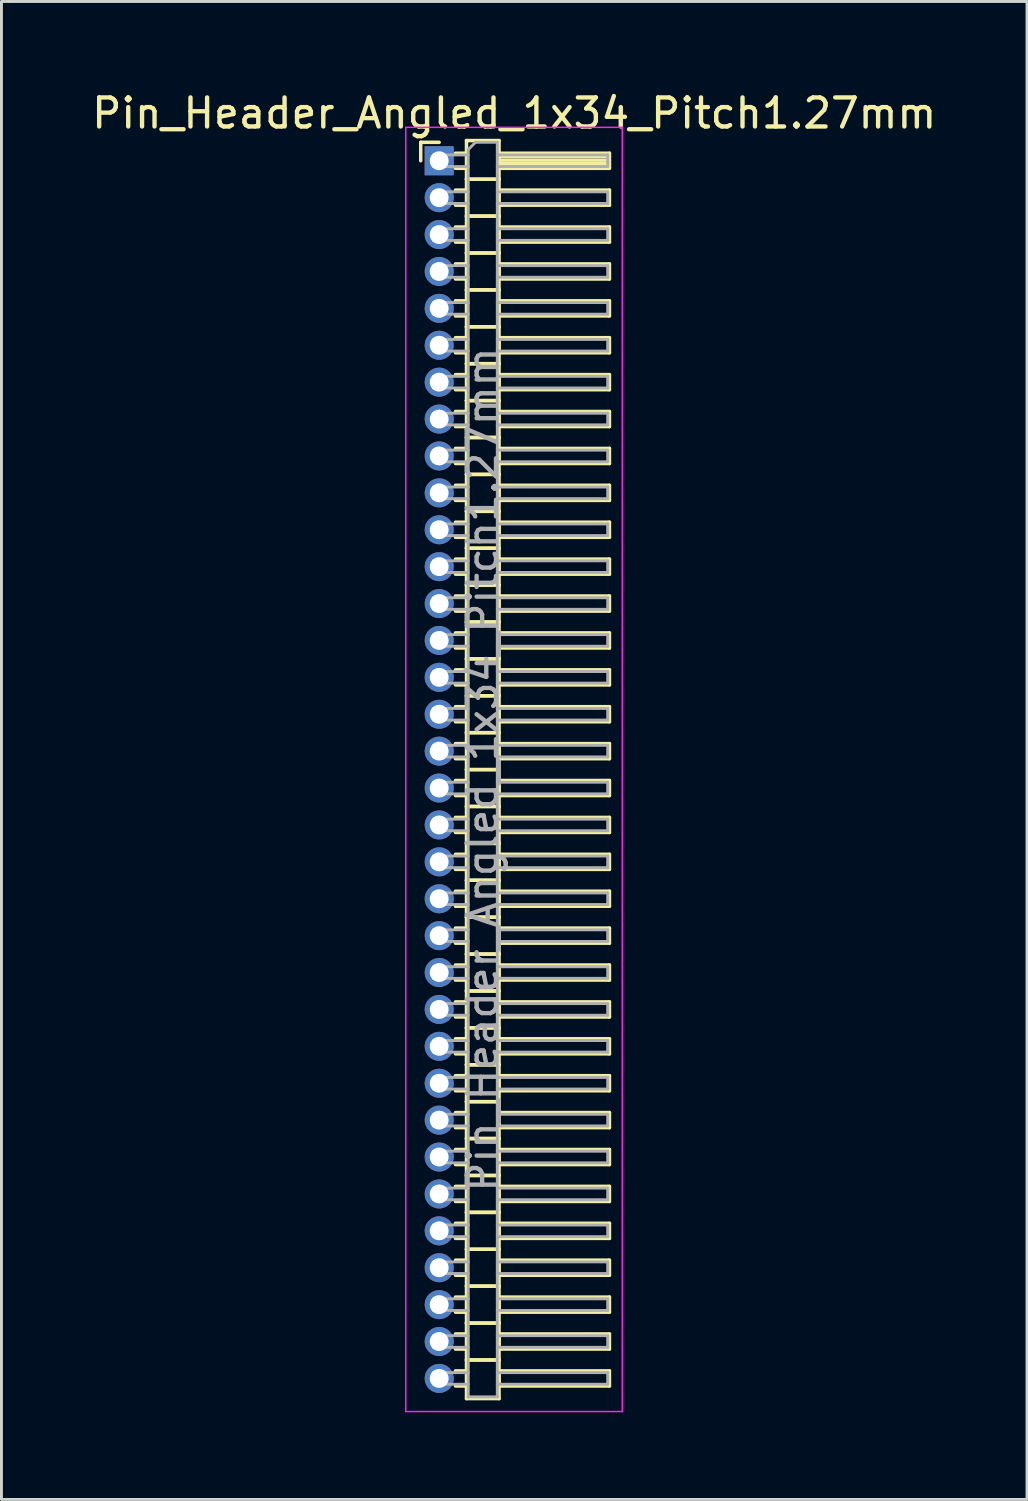
<source format=kicad_pcb>
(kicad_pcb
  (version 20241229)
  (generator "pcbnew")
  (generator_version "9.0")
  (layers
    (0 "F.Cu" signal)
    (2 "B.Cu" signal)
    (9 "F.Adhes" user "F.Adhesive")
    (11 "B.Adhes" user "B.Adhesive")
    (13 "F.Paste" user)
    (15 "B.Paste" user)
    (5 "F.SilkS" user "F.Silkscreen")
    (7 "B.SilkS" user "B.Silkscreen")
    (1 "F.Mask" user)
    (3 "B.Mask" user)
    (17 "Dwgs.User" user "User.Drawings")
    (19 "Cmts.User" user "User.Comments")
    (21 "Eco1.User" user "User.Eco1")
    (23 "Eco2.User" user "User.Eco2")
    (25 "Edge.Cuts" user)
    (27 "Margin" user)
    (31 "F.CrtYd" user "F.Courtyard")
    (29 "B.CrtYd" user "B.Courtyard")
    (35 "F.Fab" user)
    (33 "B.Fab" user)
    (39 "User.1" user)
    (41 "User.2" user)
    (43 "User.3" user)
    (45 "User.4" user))
  (footprint "Pin_Header_Angled_1x34_Pitch1.27mm"
    (layer "F.Cu")
    (at 12.066 2.483)
    (property "Reference" "Pin_Header_Angled_1x34_Pitch1.27mm" (at 2.583 -1.635 0) (layer "F.SilkS") (effects (font (size 1 1) (thickness 0.15))))
    (attr through_hole)
    (fp_line (start -0.635 -0.635) (end 0 -0.635) (stroke (width 0.12) (type solid)) (layer "F.SilkS"))
    (fp_line (start -0.635 0) (end -0.635 -0.635) (stroke (width 0.12) (type solid)) (layer "F.SilkS"))
    (fp_line (start 0.56 -0.26) (end 0.94 -0.26) (stroke (width 0.12) (type solid)) (layer "F.SilkS"))
    (fp_line (start 0.56 0.26) (end 0.94 0.26) (stroke (width 0.12) (type solid)) (layer "F.SilkS"))
    (fp_line (start 0.56 1.01) (end 0.94 1.01) (stroke (width 0.12) (type solid)) (layer "F.SilkS"))
    (fp_line (start 0.56 1.53) (end 0.94 1.53) (stroke (width 0.12) (type solid)) (layer "F.SilkS"))
    (fp_line (start 0.56 2.28) (end 0.94 2.28) (stroke (width 0.12) (type solid)) (layer "F.SilkS"))
    (fp_line (start 0.56 2.8) (end 0.94 2.8) (stroke (width 0.12) (type solid)) (layer "F.SilkS"))
    (fp_line (start 0.56 3.55) (end 0.94 3.55) (stroke (width 0.12) (type solid)) (layer "F.SilkS"))
    (fp_line (start 0.56 4.07) (end 0.94 4.07) (stroke (width 0.12) (type solid)) (layer "F.SilkS"))
    (fp_line (start 0.56 4.82) (end 0.94 4.82) (stroke (width 0.12) (type solid)) (layer "F.SilkS"))
    (fp_line (start 0.56 5.34) (end 0.94 5.34) (stroke (width 0.12) (type solid)) (layer "F.SilkS"))
    (fp_line (start 0.56 6.09) (end 0.94 6.09) (stroke (width 0.12) (type solid)) (layer "F.SilkS"))
    (fp_line (start 0.56 6.61) (end 0.94 6.61) (stroke (width 0.12) (type solid)) (layer "F.SilkS"))
    (fp_line (start 0.56 7.36) (end 0.94 7.36) (stroke (width 0.12) (type solid)) (layer "F.SilkS"))
    (fp_line (start 0.56 7.88) (end 0.94 7.88) (stroke (width 0.12) (type solid)) (layer "F.SilkS"))
    (fp_line (start 0.56 8.63) (end 0.94 8.63) (stroke (width 0.12) (type solid)) (layer "F.SilkS"))
    (fp_line (start 0.56 9.15) (end 0.94 9.15) (stroke (width 0.12) (type solid)) (layer "F.SilkS"))
    (fp_line (start 0.56 9.9) (end 0.94 9.9) (stroke (width 0.12) (type solid)) (layer "F.SilkS"))
    (fp_line (start 0.56 10.42) (end 0.94 10.42) (stroke (width 0.12) (type solid)) (layer "F.SilkS"))
    (fp_line (start 0.56 11.17) (end 0.94 11.17) (stroke (width 0.12) (type solid)) (layer "F.SilkS"))
    (fp_line (start 0.56 11.69) (end 0.94 11.69) (stroke (width 0.12) (type solid)) (layer "F.SilkS"))
    (fp_line (start 0.56 12.44) (end 0.94 12.44) (stroke (width 0.12) (type solid)) (layer "F.SilkS"))
    (fp_line (start 0.56 12.96) (end 0.94 12.96) (stroke (width 0.12) (type solid)) (layer "F.SilkS"))
    (fp_line (start 0.56 13.71) (end 0.94 13.71) (stroke (width 0.12) (type solid)) (layer "F.SilkS"))
    (fp_line (start 0.56 14.23) (end 0.94 14.23) (stroke (width 0.12) (type solid)) (layer "F.SilkS"))
    (fp_line (start 0.56 14.98) (end 0.94 14.98) (stroke (width 0.12) (type solid)) (layer "F.SilkS"))
    (fp_line (start 0.56 15.5) (end 0.94 15.5) (stroke (width 0.12) (type solid)) (layer "F.SilkS"))
    (fp_line (start 0.56 16.25) (end 0.94 16.25) (stroke (width 0.12) (type solid)) (layer "F.SilkS"))
    (fp_line (start 0.56 16.77) (end 0.94 16.77) (stroke (width 0.12) (type solid)) (layer "F.SilkS"))
    (fp_line (start 0.56 17.52) (end 0.94 17.52) (stroke (width 0.12) (type solid)) (layer "F.SilkS"))
    (fp_line (start 0.56 18.04) (end 0.94 18.04) (stroke (width 0.12) (type solid)) (layer "F.SilkS"))
    (fp_line (start 0.56 18.79) (end 0.94 18.79) (stroke (width 0.12) (type solid)) (layer "F.SilkS"))
    (fp_line (start 0.56 19.31) (end 0.94 19.31) (stroke (width 0.12) (type solid)) (layer "F.SilkS"))
    (fp_line (start 0.56 20.06) (end 0.94 20.06) (stroke (width 0.12) (type solid)) (layer "F.SilkS"))
    (fp_line (start 0.56 20.58) (end 0.94 20.58) (stroke (width 0.12) (type solid)) (layer "F.SilkS"))
    (fp_line (start 0.56 21.33) (end 0.94 21.33) (stroke (width 0.12) (type solid)) (layer "F.SilkS"))
    (fp_line (start 0.56 21.85) (end 0.94 21.85) (stroke (width 0.12) (type solid)) (layer "F.SilkS"))
    (fp_line (start 0.56 22.6) (end 0.94 22.6) (stroke (width 0.12) (type solid)) (layer "F.SilkS"))
    (fp_line (start 0.56 23.12) (end 0.94 23.12) (stroke (width 0.12) (type solid)) (layer "F.SilkS"))
    (fp_line (start 0.56 23.87) (end 0.94 23.87) (stroke (width 0.12) (type solid)) (layer "F.SilkS"))
    (fp_line (start 0.56 24.39) (end 0.94 24.39) (stroke (width 0.12) (type solid)) (layer "F.SilkS"))
    (fp_line (start 0.56 25.14) (end 0.94 25.14) (stroke (width 0.12) (type solid)) (layer "F.SilkS"))
    (fp_line (start 0.56 25.66) (end 0.94 25.66) (stroke (width 0.12) (type solid)) (layer "F.SilkS"))
    (fp_line (start 0.56 26.41) (end 0.94 26.41) (stroke (width 0.12) (type solid)) (layer "F.SilkS"))
    (fp_line (start 0.56 26.93) (end 0.94 26.93) (stroke (width 0.12) (type solid)) (layer "F.SilkS"))
    (fp_line (start 0.56 27.68) (end 0.94 27.68) (stroke (width 0.12) (type solid)) (layer "F.SilkS"))
    (fp_line (start 0.56 28.2) (end 0.94 28.2) (stroke (width 0.12) (type solid)) (layer "F.SilkS"))
    (fp_line (start 0.56 28.95) (end 0.94 28.95) (stroke (width 0.12) (type solid)) (layer "F.SilkS"))
    (fp_line (start 0.56 29.47) (end 0.94 29.47) (stroke (width 0.12) (type solid)) (layer "F.SilkS"))
    (fp_line (start 0.56 30.22) (end 0.94 30.22) (stroke (width 0.12) (type solid)) (layer "F.SilkS"))
    (fp_line (start 0.56 30.74) (end 0.94 30.74) (stroke (width 0.12) (type solid)) (layer "F.SilkS"))
    (fp_line (start 0.56 31.49) (end 0.94 31.49) (stroke (width 0.12) (type solid)) (layer "F.SilkS"))
    (fp_line (start 0.56 32.01) (end 0.94 32.01) (stroke (width 0.12) (type solid)) (layer "F.SilkS"))
    (fp_line (start 0.56 32.76) (end 0.94 32.76) (stroke (width 0.12) (type solid)) (layer "F.SilkS"))
    (fp_line (start 0.56 33.28) (end 0.94 33.28) (stroke (width 0.12) (type solid)) (layer "F.SilkS"))
    (fp_line (start 0.56 34.03) (end 0.94 34.03) (stroke (width 0.12) (type solid)) (layer "F.SilkS"))
    (fp_line (start 0.56 34.55) (end 0.94 34.55) (stroke (width 0.12) (type solid)) (layer "F.SilkS"))
    (fp_line (start 0.56 35.3) (end 0.94 35.3) (stroke (width 0.12) (type solid)) (layer "F.SilkS"))
    (fp_line (start 0.56 35.82) (end 0.94 35.82) (stroke (width 0.12) (type solid)) (layer "F.SilkS"))
    (fp_line (start 0.56 36.57) (end 0.94 36.57) (stroke (width 0.12) (type solid)) (layer "F.SilkS"))
    (fp_line (start 0.56 37.09) (end 0.94 37.09) (stroke (width 0.12) (type solid)) (layer "F.SilkS"))
    (fp_line (start 0.56 37.84) (end 0.94 37.84) (stroke (width 0.12) (type solid)) (layer "F.SilkS"))
    (fp_line (start 0.56 38.36) (end 0.94 38.36) (stroke (width 0.12) (type solid)) (layer "F.SilkS"))
    (fp_line (start 0.56 39.11) (end 0.94 39.11) (stroke (width 0.12) (type solid)) (layer "F.SilkS"))
    (fp_line (start 0.56 39.63) (end 0.94 39.63) (stroke (width 0.12) (type solid)) (layer "F.SilkS"))
    (fp_line (start 0.56 40.38) (end 0.94 40.38) (stroke (width 0.12) (type solid)) (layer "F.SilkS"))
    (fp_line (start 0.56 40.9) (end 0.94 40.9) (stroke (width 0.12) (type solid)) (layer "F.SilkS"))
    (fp_line (start 0.56 41.65) (end 0.94 41.65) (stroke (width 0.12) (type solid)) (layer "F.SilkS"))
    (fp_line (start 0.56 42.17) (end 0.94 42.17) (stroke (width 0.12) (type solid)) (layer "F.SilkS"))
    (fp_line (start 0.94 -0.695) (end 0.94 0.635) (stroke (width 0.12) (type solid)) (layer "F.SilkS"))
    (fp_line (start 0.94 0.635) (end 0.94 1.905) (stroke (width 0.12) (type solid)) (layer "F.SilkS"))
    (fp_line (start 0.94 0.635) (end 2.06 0.635) (stroke (width 0.12) (type solid)) (layer "F.SilkS"))
    (fp_line (start 0.94 1.905) (end 0.94 3.175) (stroke (width 0.12) (type solid)) (layer "F.SilkS"))
    (fp_line (start 0.94 1.905) (end 2.06 1.905) (stroke (width 0.12) (type solid)) (layer "F.SilkS"))
    (fp_line (start 0.94 3.175) (end 0.94 4.445) (stroke (width 0.12) (type solid)) (layer "F.SilkS"))
    (fp_line (start 0.94 3.175) (end 2.06 3.175) (stroke (width 0.12) (type solid)) (layer "F.SilkS"))
    (fp_line (start 0.94 4.445) (end 0.94 5.715) (stroke (width 0.12) (type solid)) (layer "F.SilkS"))
    (fp_line (start 0.94 4.445) (end 2.06 4.445) (stroke (width 0.12) (type solid)) (layer "F.SilkS"))
    (fp_line (start 0.94 5.715) (end 0.94 6.985) (stroke (width 0.12) (type solid)) (layer "F.SilkS"))
    (fp_line (start 0.94 5.715) (end 2.06 5.715) (stroke (width 0.12) (type solid)) (layer "F.SilkS"))
    (fp_line (start 0.94 6.985) (end 0.94 8.255) (stroke (width 0.12) (type solid)) (layer "F.SilkS"))
    (fp_line (start 0.94 6.985) (end 2.06 6.985) (stroke (width 0.12) (type solid)) (layer "F.SilkS"))
    (fp_line (start 0.94 8.255) (end 0.94 9.525) (stroke (width 0.12) (type solid)) (layer "F.SilkS"))
    (fp_line (start 0.94 8.255) (end 2.06 8.255) (stroke (width 0.12) (type solid)) (layer "F.SilkS"))
    (fp_line (start 0.94 9.525) (end 0.94 10.795) (stroke (width 0.12) (type solid)) (layer "F.SilkS"))
    (fp_line (start 0.94 9.525) (end 2.06 9.525) (stroke (width 0.12) (type solid)) (layer "F.SilkS"))
    (fp_line (start 0.94 10.795) (end 0.94 12.065) (stroke (width 0.12) (type solid)) (layer "F.SilkS"))
    (fp_line (start 0.94 10.795) (end 2.06 10.795) (stroke (width 0.12) (type solid)) (layer "F.SilkS"))
    (fp_line (start 0.94 12.065) (end 0.94 13.335) (stroke (width 0.12) (type solid)) (layer "F.SilkS"))
    (fp_line (start 0.94 12.065) (end 2.06 12.065) (stroke (width 0.12) (type solid)) (layer "F.SilkS"))
    (fp_line (start 0.94 13.335) (end 0.94 14.605) (stroke (width 0.12) (type solid)) (layer "F.SilkS"))
    (fp_line (start 0.94 13.335) (end 2.06 13.335) (stroke (width 0.12) (type solid)) (layer "F.SilkS"))
    (fp_line (start 0.94 14.605) (end 0.94 15.875) (stroke (width 0.12) (type solid)) (layer "F.SilkS"))
    (fp_line (start 0.94 14.605) (end 2.06 14.605) (stroke (width 0.12) (type solid)) (layer "F.SilkS"))
    (fp_line (start 0.94 15.875) (end 0.94 17.145) (stroke (width 0.12) (type solid)) (layer "F.SilkS"))
    (fp_line (start 0.94 15.875) (end 2.06 15.875) (stroke (width 0.12) (type solid)) (layer "F.SilkS"))
    (fp_line (start 0.94 17.145) (end 0.94 18.415) (stroke (width 0.12) (type solid)) (layer "F.SilkS"))
    (fp_line (start 0.94 17.145) (end 2.06 17.145) (stroke (width 0.12) (type solid)) (layer "F.SilkS"))
    (fp_line (start 0.94 18.415) (end 0.94 19.685) (stroke (width 0.12) (type solid)) (layer "F.SilkS"))
    (fp_line (start 0.94 18.415) (end 2.06 18.415) (stroke (width 0.12) (type solid)) (layer "F.SilkS"))
    (fp_line (start 0.94 19.685) (end 0.94 20.955) (stroke (width 0.12) (type solid)) (layer "F.SilkS"))
    (fp_line (start 0.94 19.685) (end 2.06 19.685) (stroke (width 0.12) (type solid)) (layer "F.SilkS"))
    (fp_line (start 0.94 20.955) (end 0.94 22.225) (stroke (width 0.12) (type solid)) (layer "F.SilkS"))
    (fp_line (start 0.94 20.955) (end 2.06 20.955) (stroke (width 0.12) (type solid)) (layer "F.SilkS"))
    (fp_line (start 0.94 22.225) (end 0.94 23.495) (stroke (width 0.12) (type solid)) (layer "F.SilkS"))
    (fp_line (start 0.94 22.225) (end 2.06 22.225) (stroke (width 0.12) (type solid)) (layer "F.SilkS"))
    (fp_line (start 0.94 23.495) (end 0.94 24.765) (stroke (width 0.12) (type solid)) (layer "F.SilkS"))
    (fp_line (start 0.94 23.495) (end 2.06 23.495) (stroke (width 0.12) (type solid)) (layer "F.SilkS"))
    (fp_line (start 0.94 24.765) (end 0.94 26.035) (stroke (width 0.12) (type solid)) (layer "F.SilkS"))
    (fp_line (start 0.94 24.765) (end 2.06 24.765) (stroke (width 0.12) (type solid)) (layer "F.SilkS"))
    (fp_line (start 0.94 26.035) (end 0.94 27.305) (stroke (width 0.12) (type solid)) (layer "F.SilkS"))
    (fp_line (start 0.94 26.035) (end 2.06 26.035) (stroke (width 0.12) (type solid)) (layer "F.SilkS"))
    (fp_line (start 0.94 27.305) (end 0.94 28.575) (stroke (width 0.12) (type solid)) (layer "F.SilkS"))
    (fp_line (start 0.94 27.305) (end 2.06 27.305) (stroke (width 0.12) (type solid)) (layer "F.SilkS"))
    (fp_line (start 0.94 28.575) (end 0.94 29.845) (stroke (width 0.12) (type solid)) (layer "F.SilkS"))
    (fp_line (start 0.94 28.575) (end 2.06 28.575) (stroke (width 0.12) (type solid)) (layer "F.SilkS"))
    (fp_line (start 0.94 29.845) (end 0.94 31.115) (stroke (width 0.12) (type solid)) (layer "F.SilkS"))
    (fp_line (start 0.94 29.845) (end 2.06 29.845) (stroke (width 0.12) (type solid)) (layer "F.SilkS"))
    (fp_line (start 0.94 31.115) (end 0.94 32.385) (stroke (width 0.12) (type solid)) (layer "F.SilkS"))
    (fp_line (start 0.94 31.115) (end 2.06 31.115) (stroke (width 0.12) (type solid)) (layer "F.SilkS"))
    (fp_line (start 0.94 32.385) (end 0.94 33.655) (stroke (width 0.12) (type solid)) (layer "F.SilkS"))
    (fp_line (start 0.94 32.385) (end 2.06 32.385) (stroke (width 0.12) (type solid)) (layer "F.SilkS"))
    (fp_line (start 0.94 33.655) (end 0.94 34.925) (stroke (width 0.12) (type solid)) (layer "F.SilkS"))
    (fp_line (start 0.94 33.655) (end 2.06 33.655) (stroke (width 0.12) (type solid)) (layer "F.SilkS"))
    (fp_line (start 0.94 34.925) (end 0.94 36.195) (stroke (width 0.12) (type solid)) (layer "F.SilkS"))
    (fp_line (start 0.94 34.925) (end 2.06 34.925) (stroke (width 0.12) (type solid)) (layer "F.SilkS"))
    (fp_line (start 0.94 36.195) (end 0.94 37.465) (stroke (width 0.12) (type solid)) (layer "F.SilkS"))
    (fp_line (start 0.94 36.195) (end 2.06 36.195) (stroke (width 0.12) (type solid)) (layer "F.SilkS"))
    (fp_line (start 0.94 37.465) (end 0.94 38.735) (stroke (width 0.12) (type solid)) (layer "F.SilkS"))
    (fp_line (start 0.94 37.465) (end 2.06 37.465) (stroke (width 0.12) (type solid)) (layer "F.SilkS"))
    (fp_line (start 0.94 38.735) (end 0.94 40.005) (stroke (width 0.12) (type solid)) (layer "F.SilkS"))
    (fp_line (start 0.94 38.735) (end 2.06 38.735) (stroke (width 0.12) (type solid)) (layer "F.SilkS"))
    (fp_line (start 0.94 40.005) (end 0.94 41.275) (stroke (width 0.12) (type solid)) (layer "F.SilkS"))
    (fp_line (start 0.94 40.005) (end 2.06 40.005) (stroke (width 0.12) (type solid)) (layer "F.SilkS"))
    (fp_line (start 0.94 41.275) (end 0.94 42.605) (stroke (width 0.12) (type solid)) (layer "F.SilkS"))
    (fp_line (start 0.94 41.275) (end 2.06 41.275) (stroke (width 0.12) (type solid)) (layer "F.SilkS"))
    (fp_line (start 0.94 42.605) (end 2.06 42.605) (stroke (width 0.12) (type solid)) (layer "F.SilkS"))
    (fp_line (start 2.06 -0.695) (end 0.94 -0.695) (stroke (width 0.12) (type solid)) (layer "F.SilkS"))
    (fp_line (start 2.06 -0.26) (end 2.06 0.26) (stroke (width 0.12) (type solid)) (layer "F.SilkS"))
    (fp_line (start 2.06 -0.14) (end 5.86 -0.14) (stroke (width 0.12) (type solid)) (layer "F.SilkS"))
    (fp_line (start 2.06 -0.02) (end 5.86 -0.02) (stroke (width 0.12) (type solid)) (layer "F.SilkS"))
    (fp_line (start 2.06 0.1) (end 5.86 0.1) (stroke (width 0.12) (type solid)) (layer "F.SilkS"))
    (fp_line (start 2.06 0.22) (end 5.86 0.22) (stroke (width 0.12) (type solid)) (layer "F.SilkS"))
    (fp_line (start 2.06 0.26) (end 5.86 0.26) (stroke (width 0.12) (type solid)) (layer "F.SilkS"))
    (fp_line (start 2.06 0.635) (end 0.94 0.635) (stroke (width 0.12) (type solid)) (layer "F.SilkS"))
    (fp_line (start 2.06 0.635) (end 2.06 -0.695) (stroke (width 0.12) (type solid)) (layer "F.SilkS"))
    (fp_line (start 2.06 1.01) (end 2.06 1.53) (stroke (width 0.12) (type solid)) (layer "F.SilkS"))
    (fp_line (start 2.06 1.53) (end 5.86 1.53) (stroke (width 0.12) (type solid)) (layer "F.SilkS"))
    (fp_line (start 2.06 1.905) (end 0.94 1.905) (stroke (width 0.12) (type solid)) (layer "F.SilkS"))
    (fp_line (start 2.06 1.905) (end 2.06 0.635) (stroke (width 0.12) (type solid)) (layer "F.SilkS"))
    (fp_line (start 2.06 2.28) (end 2.06 2.8) (stroke (width 0.12) (type solid)) (layer "F.SilkS"))
    (fp_line (start 2.06 2.8) (end 5.86 2.8) (stroke (width 0.12) (type solid)) (layer "F.SilkS"))
    (fp_line (start 2.06 3.175) (end 0.94 3.175) (stroke (width 0.12) (type solid)) (layer "F.SilkS"))
    (fp_line (start 2.06 3.175) (end 2.06 1.905) (stroke (width 0.12) (type solid)) (layer "F.SilkS"))
    (fp_line (start 2.06 3.55) (end 2.06 4.07) (stroke (width 0.12) (type solid)) (layer "F.SilkS"))
    (fp_line (start 2.06 4.07) (end 5.86 4.07) (stroke (width 0.12) (type solid)) (layer "F.SilkS"))
    (fp_line (start 2.06 4.445) (end 0.94 4.445) (stroke (width 0.12) (type solid)) (layer "F.SilkS"))
    (fp_line (start 2.06 4.445) (end 2.06 3.175) (stroke (width 0.12) (type solid)) (layer "F.SilkS"))
    (fp_line (start 2.06 4.82) (end 2.06 5.34) (stroke (width 0.12) (type solid)) (layer "F.SilkS"))
    (fp_line (start 2.06 5.34) (end 5.86 5.34) (stroke (width 0.12) (type solid)) (layer "F.SilkS"))
    (fp_line (start 2.06 5.715) (end 0.94 5.715) (stroke (width 0.12) (type solid)) (layer "F.SilkS"))
    (fp_line (start 2.06 5.715) (end 2.06 4.445) (stroke (width 0.12) (type solid)) (layer "F.SilkS"))
    (fp_line (start 2.06 6.09) (end 2.06 6.61) (stroke (width 0.12) (type solid)) (layer "F.SilkS"))
    (fp_line (start 2.06 6.61) (end 5.86 6.61) (stroke (width 0.12) (type solid)) (layer "F.SilkS"))
    (fp_line (start 2.06 6.985) (end 0.94 6.985) (stroke (width 0.12) (type solid)) (layer "F.SilkS"))
    (fp_line (start 2.06 6.985) (end 2.06 5.715) (stroke (width 0.12) (type solid)) (layer "F.SilkS"))
    (fp_line (start 2.06 7.36) (end 2.06 7.88) (stroke (width 0.12) (type solid)) (layer "F.SilkS"))
    (fp_line (start 2.06 7.88) (end 5.86 7.88) (stroke (width 0.12) (type solid)) (layer "F.SilkS"))
    (fp_line (start 2.06 8.255) (end 0.94 8.255) (stroke (width 0.12) (type solid)) (layer "F.SilkS"))
    (fp_line (start 2.06 8.255) (end 2.06 6.985) (stroke (width 0.12) (type solid)) (layer "F.SilkS"))
    (fp_line (start 2.06 8.63) (end 2.06 9.15) (stroke (width 0.12) (type solid)) (layer "F.SilkS"))
    (fp_line (start 2.06 9.15) (end 5.86 9.15) (stroke (width 0.12) (type solid)) (layer "F.SilkS"))
    (fp_line (start 2.06 9.525) (end 0.94 9.525) (stroke (width 0.12) (type solid)) (layer "F.SilkS"))
    (fp_line (start 2.06 9.525) (end 2.06 8.255) (stroke (width 0.12) (type solid)) (layer "F.SilkS"))
    (fp_line (start 2.06 9.9) (end 2.06 10.42) (stroke (width 0.12) (type solid)) (layer "F.SilkS"))
    (fp_line (start 2.06 10.42) (end 5.86 10.42) (stroke (width 0.12) (type solid)) (layer "F.SilkS"))
    (fp_line (start 2.06 10.795) (end 0.94 10.795) (stroke (width 0.12) (type solid)) (layer "F.SilkS"))
    (fp_line (start 2.06 10.795) (end 2.06 9.525) (stroke (width 0.12) (type solid)) (layer "F.SilkS"))
    (fp_line (start 2.06 11.17) (end 2.06 11.69) (stroke (width 0.12) (type solid)) (layer "F.SilkS"))
    (fp_line (start 2.06 11.69) (end 5.86 11.69) (stroke (width 0.12) (type solid)) (layer "F.SilkS"))
    (fp_line (start 2.06 12.065) (end 0.94 12.065) (stroke (width 0.12) (type solid)) (layer "F.SilkS"))
    (fp_line (start 2.06 12.065) (end 2.06 10.795) (stroke (width 0.12) (type solid)) (layer "F.SilkS"))
    (fp_line (start 2.06 12.44) (end 2.06 12.96) (stroke (width 0.12) (type solid)) (layer "F.SilkS"))
    (fp_line (start 2.06 12.96) (end 5.86 12.96) (stroke (width 0.12) (type solid)) (layer "F.SilkS"))
    (fp_line (start 2.06 13.335) (end 0.94 13.335) (stroke (width 0.12) (type solid)) (layer "F.SilkS"))
    (fp_line (start 2.06 13.335) (end 2.06 12.065) (stroke (width 0.12) (type solid)) (layer "F.SilkS"))
    (fp_line (start 2.06 13.71) (end 2.06 14.23) (stroke (width 0.12) (type solid)) (layer "F.SilkS"))
    (fp_line (start 2.06 14.23) (end 5.86 14.23) (stroke (width 0.12) (type solid)) (layer "F.SilkS"))
    (fp_line (start 2.06 14.605) (end 0.94 14.605) (stroke (width 0.12) (type solid)) (layer "F.SilkS"))
    (fp_line (start 2.06 14.605) (end 2.06 13.335) (stroke (width 0.12) (type solid)) (layer "F.SilkS"))
    (fp_line (start 2.06 14.98) (end 2.06 15.5) (stroke (width 0.12) (type solid)) (layer "F.SilkS"))
    (fp_line (start 2.06 15.5) (end 5.86 15.5) (stroke (width 0.12) (type solid)) (layer "F.SilkS"))
    (fp_line (start 2.06 15.875) (end 0.94 15.875) (stroke (width 0.12) (type solid)) (layer "F.SilkS"))
    (fp_line (start 2.06 15.875) (end 2.06 14.605) (stroke (width 0.12) (type solid)) (layer "F.SilkS"))
    (fp_line (start 2.06 16.25) (end 2.06 16.77) (stroke (width 0.12) (type solid)) (layer "F.SilkS"))
    (fp_line (start 2.06 16.77) (end 5.86 16.77) (stroke (width 0.12) (type solid)) (layer "F.SilkS"))
    (fp_line (start 2.06 17.145) (end 0.94 17.145) (stroke (width 0.12) (type solid)) (layer "F.SilkS"))
    (fp_line (start 2.06 17.145) (end 2.06 15.875) (stroke (width 0.12) (type solid)) (layer "F.SilkS"))
    (fp_line (start 2.06 17.52) (end 2.06 18.04) (stroke (width 0.12) (type solid)) (layer "F.SilkS"))
    (fp_line (start 2.06 18.04) (end 5.86 18.04) (stroke (width 0.12) (type solid)) (layer "F.SilkS"))
    (fp_line (start 2.06 18.415) (end 0.94 18.415) (stroke (width 0.12) (type solid)) (layer "F.SilkS"))
    (fp_line (start 2.06 18.415) (end 2.06 17.145) (stroke (width 0.12) (type solid)) (layer "F.SilkS"))
    (fp_line (start 2.06 18.79) (end 2.06 19.31) (stroke (width 0.12) (type solid)) (layer "F.SilkS"))
    (fp_line (start 2.06 19.31) (end 5.86 19.31) (stroke (width 0.12) (type solid)) (layer "F.SilkS"))
    (fp_line (start 2.06 19.685) (end 0.94 19.685) (stroke (width 0.12) (type solid)) (layer "F.SilkS"))
    (fp_line (start 2.06 19.685) (end 2.06 18.415) (stroke (width 0.12) (type solid)) (layer "F.SilkS"))
    (fp_line (start 2.06 20.06) (end 2.06 20.58) (stroke (width 0.12) (type solid)) (layer "F.SilkS"))
    (fp_line (start 2.06 20.58) (end 5.86 20.58) (stroke (width 0.12) (type solid)) (layer "F.SilkS"))
    (fp_line (start 2.06 20.955) (end 0.94 20.955) (stroke (width 0.12) (type solid)) (layer "F.SilkS"))
    (fp_line (start 2.06 20.955) (end 2.06 19.685) (stroke (width 0.12) (type solid)) (layer "F.SilkS"))
    (fp_line (start 2.06 21.33) (end 2.06 21.85) (stroke (width 0.12) (type solid)) (layer "F.SilkS"))
    (fp_line (start 2.06 21.85) (end 5.86 21.85) (stroke (width 0.12) (type solid)) (layer "F.SilkS"))
    (fp_line (start 2.06 22.225) (end 0.94 22.225) (stroke (width 0.12) (type solid)) (layer "F.SilkS"))
    (fp_line (start 2.06 22.225) (end 2.06 20.955) (stroke (width 0.12) (type solid)) (layer "F.SilkS"))
    (fp_line (start 2.06 22.6) (end 2.06 23.12) (stroke (width 0.12) (type solid)) (layer "F.SilkS"))
    (fp_line (start 2.06 23.12) (end 5.86 23.12) (stroke (width 0.12) (type solid)) (layer "F.SilkS"))
    (fp_line (start 2.06 23.495) (end 0.94 23.495) (stroke (width 0.12) (type solid)) (layer "F.SilkS"))
    (fp_line (start 2.06 23.495) (end 2.06 22.225) (stroke (width 0.12) (type solid)) (layer "F.SilkS"))
    (fp_line (start 2.06 23.87) (end 2.06 24.39) (stroke (width 0.12) (type solid)) (layer "F.SilkS"))
    (fp_line (start 2.06 24.39) (end 5.86 24.39) (stroke (width 0.12) (type solid)) (layer "F.SilkS"))
    (fp_line (start 2.06 24.765) (end 0.94 24.765) (stroke (width 0.12) (type solid)) (layer "F.SilkS"))
    (fp_line (start 2.06 24.765) (end 2.06 23.495) (stroke (width 0.12) (type solid)) (layer "F.SilkS"))
    (fp_line (start 2.06 25.14) (end 2.06 25.66) (stroke (width 0.12) (type solid)) (layer "F.SilkS"))
    (fp_line (start 2.06 25.66) (end 5.86 25.66) (stroke (width 0.12) (type solid)) (layer "F.SilkS"))
    (fp_line (start 2.06 26.035) (end 0.94 26.035) (stroke (width 0.12) (type solid)) (layer "F.SilkS"))
    (fp_line (start 2.06 26.035) (end 2.06 24.765) (stroke (width 0.12) (type solid)) (layer "F.SilkS"))
    (fp_line (start 2.06 26.41) (end 2.06 26.93) (stroke (width 0.12) (type solid)) (layer "F.SilkS"))
    (fp_line (start 2.06 26.93) (end 5.86 26.93) (stroke (width 0.12) (type solid)) (layer "F.SilkS"))
    (fp_line (start 2.06 27.305) (end 0.94 27.305) (stroke (width 0.12) (type solid)) (layer "F.SilkS"))
    (fp_line (start 2.06 27.305) (end 2.06 26.035) (stroke (width 0.12) (type solid)) (layer "F.SilkS"))
    (fp_line (start 2.06 27.68) (end 2.06 28.2) (stroke (width 0.12) (type solid)) (layer "F.SilkS"))
    (fp_line (start 2.06 28.2) (end 5.86 28.2) (stroke (width 0.12) (type solid)) (layer "F.SilkS"))
    (fp_line (start 2.06 28.575) (end 0.94 28.575) (stroke (width 0.12) (type solid)) (layer "F.SilkS"))
    (fp_line (start 2.06 28.575) (end 2.06 27.305) (stroke (width 0.12) (type solid)) (layer "F.SilkS"))
    (fp_line (start 2.06 28.95) (end 2.06 29.47) (stroke (width 0.12) (type solid)) (layer "F.SilkS"))
    (fp_line (start 2.06 29.47) (end 5.86 29.47) (stroke (width 0.12) (type solid)) (layer "F.SilkS"))
    (fp_line (start 2.06 29.845) (end 0.94 29.845) (stroke (width 0.12) (type solid)) (layer "F.SilkS"))
    (fp_line (start 2.06 29.845) (end 2.06 28.575) (stroke (width 0.12) (type solid)) (layer "F.SilkS"))
    (fp_line (start 2.06 30.22) (end 2.06 30.74) (stroke (width 0.12) (type solid)) (layer "F.SilkS"))
    (fp_line (start 2.06 30.74) (end 5.86 30.74) (stroke (width 0.12) (type solid)) (layer "F.SilkS"))
    (fp_line (start 2.06 31.115) (end 0.94 31.115) (stroke (width 0.12) (type solid)) (layer "F.SilkS"))
    (fp_line (start 2.06 31.115) (end 2.06 29.845) (stroke (width 0.12) (type solid)) (layer "F.SilkS"))
    (fp_line (start 2.06 31.49) (end 2.06 32.01) (stroke (width 0.12) (type solid)) (layer "F.SilkS"))
    (fp_line (start 2.06 32.01) (end 5.86 32.01) (stroke (width 0.12) (type solid)) (layer "F.SilkS"))
    (fp_line (start 2.06 32.385) (end 0.94 32.385) (stroke (width 0.12) (type solid)) (layer "F.SilkS"))
    (fp_line (start 2.06 32.385) (end 2.06 31.115) (stroke (width 0.12) (type solid)) (layer "F.SilkS"))
    (fp_line (start 2.06 32.76) (end 2.06 33.28) (stroke (width 0.12) (type solid)) (layer "F.SilkS"))
    (fp_line (start 2.06 33.28) (end 5.86 33.28) (stroke (width 0.12) (type solid)) (layer "F.SilkS"))
    (fp_line (start 2.06 33.655) (end 0.94 33.655) (stroke (width 0.12) (type solid)) (layer "F.SilkS"))
    (fp_line (start 2.06 33.655) (end 2.06 32.385) (stroke (width 0.12) (type solid)) (layer "F.SilkS"))
    (fp_line (start 2.06 34.03) (end 2.06 34.55) (stroke (width 0.12) (type solid)) (layer "F.SilkS"))
    (fp_line (start 2.06 34.55) (end 5.86 34.55) (stroke (width 0.12) (type solid)) (layer "F.SilkS"))
    (fp_line (start 2.06 34.925) (end 0.94 34.925) (stroke (width 0.12) (type solid)) (layer "F.SilkS"))
    (fp_line (start 2.06 34.925) (end 2.06 33.655) (stroke (width 0.12) (type solid)) (layer "F.SilkS"))
    (fp_line (start 2.06 35.3) (end 2.06 35.82) (stroke (width 0.12) (type solid)) (layer "F.SilkS"))
    (fp_line (start 2.06 35.82) (end 5.86 35.82) (stroke (width 0.12) (type solid)) (layer "F.SilkS"))
    (fp_line (start 2.06 36.195) (end 0.94 36.195) (stroke (width 0.12) (type solid)) (layer "F.SilkS"))
    (fp_line (start 2.06 36.195) (end 2.06 34.925) (stroke (width 0.12) (type solid)) (layer "F.SilkS"))
    (fp_line (start 2.06 36.57) (end 2.06 37.09) (stroke (width 0.12) (type solid)) (layer "F.SilkS"))
    (fp_line (start 2.06 37.09) (end 5.86 37.09) (stroke (width 0.12) (type solid)) (layer "F.SilkS"))
    (fp_line (start 2.06 37.465) (end 0.94 37.465) (stroke (width 0.12) (type solid)) (layer "F.SilkS"))
    (fp_line (start 2.06 37.465) (end 2.06 36.195) (stroke (width 0.12) (type solid)) (layer "F.SilkS"))
    (fp_line (start 2.06 37.84) (end 2.06 38.36) (stroke (width 0.12) (type solid)) (layer "F.SilkS"))
    (fp_line (start 2.06 38.36) (end 5.86 38.36) (stroke (width 0.12) (type solid)) (layer "F.SilkS"))
    (fp_line (start 2.06 38.735) (end 0.94 38.735) (stroke (width 0.12) (type solid)) (layer "F.SilkS"))
    (fp_line (start 2.06 38.735) (end 2.06 37.465) (stroke (width 0.12) (type solid)) (layer "F.SilkS"))
    (fp_line (start 2.06 39.11) (end 2.06 39.63) (stroke (width 0.12) (type solid)) (layer "F.SilkS"))
    (fp_line (start 2.06 39.63) (end 5.86 39.63) (stroke (width 0.12) (type solid)) (layer "F.SilkS"))
    (fp_line (start 2.06 40.005) (end 0.94 40.005) (stroke (width 0.12) (type solid)) (layer "F.SilkS"))
    (fp_line (start 2.06 40.005) (end 2.06 38.735) (stroke (width 0.12) (type solid)) (layer "F.SilkS"))
    (fp_line (start 2.06 40.38) (end 2.06 40.9) (stroke (width 0.12) (type solid)) (layer "F.SilkS"))
    (fp_line (start 2.06 40.9) (end 5.86 40.9) (stroke (width 0.12) (type solid)) (layer "F.SilkS"))
    (fp_line (start 2.06 41.275) (end 0.94 41.275) (stroke (width 0.12) (type solid)) (layer "F.SilkS"))
    (fp_line (start 2.06 41.275) (end 2.06 40.005) (stroke (width 0.12) (type solid)) (layer "F.SilkS"))
    (fp_line (start 2.06 41.65) (end 2.06 42.17) (stroke (width 0.12) (type solid)) (layer "F.SilkS"))
    (fp_line (start 2.06 42.17) (end 5.86 42.17) (stroke (width 0.12) (type solid)) (layer "F.SilkS"))
    (fp_line (start 2.06 42.605) (end 2.06 41.275) (stroke (width 0.12) (type solid)) (layer "F.SilkS"))
    (fp_line (start 5.86 -0.26) (end 2.06 -0.26) (stroke (width 0.12) (type solid)) (layer "F.SilkS"))
    (fp_line (start 5.86 0.26) (end 5.86 -0.26) (stroke (width 0.12) (type solid)) (layer "F.SilkS"))
    (fp_line (start 5.86 1.01) (end 2.06 1.01) (stroke (width 0.12) (type solid)) (layer "F.SilkS"))
    (fp_line (start 5.86 1.53) (end 5.86 1.01) (stroke (width 0.12) (type solid)) (layer "F.SilkS"))
    (fp_line (start 5.86 2.28) (end 2.06 2.28) (stroke (width 0.12) (type solid)) (layer "F.SilkS"))
    (fp_line (start 5.86 2.8) (end 5.86 2.28) (stroke (width 0.12) (type solid)) (layer "F.SilkS"))
    (fp_line (start 5.86 3.55) (end 2.06 3.55) (stroke (width 0.12) (type solid)) (layer "F.SilkS"))
    (fp_line (start 5.86 4.07) (end 5.86 3.55) (stroke (width 0.12) (type solid)) (layer "F.SilkS"))
    (fp_line (start 5.86 4.82) (end 2.06 4.82) (stroke (width 0.12) (type solid)) (layer "F.SilkS"))
    (fp_line (start 5.86 5.34) (end 5.86 4.82) (stroke (width 0.12) (type solid)) (layer "F.SilkS"))
    (fp_line (start 5.86 6.09) (end 2.06 6.09) (stroke (width 0.12) (type solid)) (layer "F.SilkS"))
    (fp_line (start 5.86 6.61) (end 5.86 6.09) (stroke (width 0.12) (type solid)) (layer "F.SilkS"))
    (fp_line (start 5.86 7.36) (end 2.06 7.36) (stroke (width 0.12) (type solid)) (layer "F.SilkS"))
    (fp_line (start 5.86 7.88) (end 5.86 7.36) (stroke (width 0.12) (type solid)) (layer "F.SilkS"))
    (fp_line (start 5.86 8.63) (end 2.06 8.63) (stroke (width 0.12) (type solid)) (layer "F.SilkS"))
    (fp_line (start 5.86 9.15) (end 5.86 8.63) (stroke (width 0.12) (type solid)) (layer "F.SilkS"))
    (fp_line (start 5.86 9.9) (end 2.06 9.9) (stroke (width 0.12) (type solid)) (layer "F.SilkS"))
    (fp_line (start 5.86 10.42) (end 5.86 9.9) (stroke (width 0.12) (type solid)) (layer "F.SilkS"))
    (fp_line (start 5.86 11.17) (end 2.06 11.17) (stroke (width 0.12) (type solid)) (layer "F.SilkS"))
    (fp_line (start 5.86 11.69) (end 5.86 11.17) (stroke (width 0.12) (type solid)) (layer "F.SilkS"))
    (fp_line (start 5.86 12.44) (end 2.06 12.44) (stroke (width 0.12) (type solid)) (layer "F.SilkS"))
    (fp_line (start 5.86 12.96) (end 5.86 12.44) (stroke (width 0.12) (type solid)) (layer "F.SilkS"))
    (fp_line (start 5.86 13.71) (end 2.06 13.71) (stroke (width 0.12) (type solid)) (layer "F.SilkS"))
    (fp_line (start 5.86 14.23) (end 5.86 13.71) (stroke (width 0.12) (type solid)) (layer "F.SilkS"))
    (fp_line (start 5.86 14.98) (end 2.06 14.98) (stroke (width 0.12) (type solid)) (layer "F.SilkS"))
    (fp_line (start 5.86 15.5) (end 5.86 14.98) (stroke (width 0.12) (type solid)) (layer "F.SilkS"))
    (fp_line (start 5.86 16.25) (end 2.06 16.25) (stroke (width 0.12) (type solid)) (layer "F.SilkS"))
    (fp_line (start 5.86 16.77) (end 5.86 16.25) (stroke (width 0.12) (type solid)) (layer "F.SilkS"))
    (fp_line (start 5.86 17.52) (end 2.06 17.52) (stroke (width 0.12) (type solid)) (layer "F.SilkS"))
    (fp_line (start 5.86 18.04) (end 5.86 17.52) (stroke (width 0.12) (type solid)) (layer "F.SilkS"))
    (fp_line (start 5.86 18.79) (end 2.06 18.79) (stroke (width 0.12) (type solid)) (layer "F.SilkS"))
    (fp_line (start 5.86 19.31) (end 5.86 18.79) (stroke (width 0.12) (type solid)) (layer "F.SilkS"))
    (fp_line (start 5.86 20.06) (end 2.06 20.06) (stroke (width 0.12) (type solid)) (layer "F.SilkS"))
    (fp_line (start 5.86 20.58) (end 5.86 20.06) (stroke (width 0.12) (type solid)) (layer "F.SilkS"))
    (fp_line (start 5.86 21.33) (end 2.06 21.33) (stroke (width 0.12) (type solid)) (layer "F.SilkS"))
    (fp_line (start 5.86 21.85) (end 5.86 21.33) (stroke (width 0.12) (type solid)) (layer "F.SilkS"))
    (fp_line (start 5.86 22.6) (end 2.06 22.6) (stroke (width 0.12) (type solid)) (layer "F.SilkS"))
    (fp_line (start 5.86 23.12) (end 5.86 22.6) (stroke (width 0.12) (type solid)) (layer "F.SilkS"))
    (fp_line (start 5.86 23.87) (end 2.06 23.87) (stroke (width 0.12) (type solid)) (layer "F.SilkS"))
    (fp_line (start 5.86 24.39) (end 5.86 23.87) (stroke (width 0.12) (type solid)) (layer "F.SilkS"))
    (fp_line (start 5.86 25.14) (end 2.06 25.14) (stroke (width 0.12) (type solid)) (layer "F.SilkS"))
    (fp_line (start 5.86 25.66) (end 5.86 25.14) (stroke (width 0.12) (type solid)) (layer "F.SilkS"))
    (fp_line (start 5.86 26.41) (end 2.06 26.41) (stroke (width 0.12) (type solid)) (layer "F.SilkS"))
    (fp_line (start 5.86 26.93) (end 5.86 26.41) (stroke (width 0.12) (type solid)) (layer "F.SilkS"))
    (fp_line (start 5.86 27.68) (end 2.06 27.68) (stroke (width 0.12) (type solid)) (layer "F.SilkS"))
    (fp_line (start 5.86 28.2) (end 5.86 27.68) (stroke (width 0.12) (type solid)) (layer "F.SilkS"))
    (fp_line (start 5.86 28.95) (end 2.06 28.95) (stroke (width 0.12) (type solid)) (layer "F.SilkS"))
    (fp_line (start 5.86 29.47) (end 5.86 28.95) (stroke (width 0.12) (type solid)) (layer "F.SilkS"))
    (fp_line (start 5.86 30.22) (end 2.06 30.22) (stroke (width 0.12) (type solid)) (layer "F.SilkS"))
    (fp_line (start 5.86 30.74) (end 5.86 30.22) (stroke (width 0.12) (type solid)) (layer "F.SilkS"))
    (fp_line (start 5.86 31.49) (end 2.06 31.49) (stroke (width 0.12) (type solid)) (layer "F.SilkS"))
    (fp_line (start 5.86 32.01) (end 5.86 31.49) (stroke (width 0.12) (type solid)) (layer "F.SilkS"))
    (fp_line (start 5.86 32.76) (end 2.06 32.76) (stroke (width 0.12) (type solid)) (layer "F.SilkS"))
    (fp_line (start 5.86 33.28) (end 5.86 32.76) (stroke (width 0.12) (type solid)) (layer "F.SilkS"))
    (fp_line (start 5.86 34.03) (end 2.06 34.03) (stroke (width 0.12) (type solid)) (layer "F.SilkS"))
    (fp_line (start 5.86 34.55) (end 5.86 34.03) (stroke (width 0.12) (type solid)) (layer "F.SilkS"))
    (fp_line (start 5.86 35.3) (end 2.06 35.3) (stroke (width 0.12) (type solid)) (layer "F.SilkS"))
    (fp_line (start 5.86 35.82) (end 5.86 35.3) (stroke (width 0.12) (type solid)) (layer "F.SilkS"))
    (fp_line (start 5.86 36.57) (end 2.06 36.57) (stroke (width 0.12) (type solid)) (layer "F.SilkS"))
    (fp_line (start 5.86 37.09) (end 5.86 36.57) (stroke (width 0.12) (type solid)) (layer "F.SilkS"))
    (fp_line (start 5.86 37.84) (end 2.06 37.84) (stroke (width 0.12) (type solid)) (layer "F.SilkS"))
    (fp_line (start 5.86 38.36) (end 5.86 37.84) (stroke (width 0.12) (type solid)) (layer "F.SilkS"))
    (fp_line (start 5.86 39.11) (end 2.06 39.11) (stroke (width 0.12) (type solid)) (layer "F.SilkS"))
    (fp_line (start 5.86 39.63) (end 5.86 39.11) (stroke (width 0.12) (type solid)) (layer "F.SilkS"))
    (fp_line (start 5.86 40.38) (end 2.06 40.38) (stroke (width 0.12) (type solid)) (layer "F.SilkS"))
    (fp_line (start 5.86 40.9) (end 5.86 40.38) (stroke (width 0.12) (type solid)) (layer "F.SilkS"))
    (fp_line (start 5.86 41.65) (end 2.06 41.65) (stroke (width 0.12) (type solid)) (layer "F.SilkS"))
    (fp_line (start 5.86 42.17) (end 5.86 41.65) (stroke (width 0.12) (type solid)) (layer "F.SilkS"))
    (fp_line (start -1.15 -1.15) (end -1.15 43.05) (stroke (width 0.05) (type solid)) (layer "F.CrtYd"))
    (fp_line (start -1.15 43.05) (end 6.3 43.05) (stroke (width 0.05) (type solid)) (layer "F.CrtYd"))
    (fp_line (start 6.3 -1.15) (end -1.15 -1.15) (stroke (width 0.05) (type solid)) (layer "F.CrtYd"))
    (fp_line (start 6.3 43.05) (end 6.3 -1.15) (stroke (width 0.05) (type solid)) (layer "F.CrtYd"))
    (fp_line (start -0.2 -0.2) (end -0.2 0.2) (stroke (width 0.1) (type solid)) (layer "F.Fab"))
    (fp_line (start -0.2 -0.2) (end 1 -0.2) (stroke (width 0.1) (type solid)) (layer "F.Fab"))
    (fp_line (start -0.2 0.2) (end 1 0.2) (stroke (width 0.1) (type solid)) (layer "F.Fab"))
    (fp_line (start -0.2 1.07) (end -0.2 1.47) (stroke (width 0.1) (type solid)) (layer "F.Fab"))
    (fp_line (start -0.2 1.07) (end 1 1.07) (stroke (width 0.1) (type solid)) (layer "F.Fab"))
    (fp_line (start -0.2 1.47) (end 1 1.47) (stroke (width 0.1) (type solid)) (layer "F.Fab"))
    (fp_line (start -0.2 2.34) (end -0.2 2.74) (stroke (width 0.1) (type solid)) (layer "F.Fab"))
    (fp_line (start -0.2 2.34) (end 1 2.34) (stroke (width 0.1) (type solid)) (layer "F.Fab"))
    (fp_line (start -0.2 2.74) (end 1 2.74) (stroke (width 0.1) (type solid)) (layer "F.Fab"))
    (fp_line (start -0.2 3.61) (end -0.2 4.01) (stroke (width 0.1) (type solid)) (layer "F.Fab"))
    (fp_line (start -0.2 3.61) (end 1 3.61) (stroke (width 0.1) (type solid)) (layer "F.Fab"))
    (fp_line (start -0.2 4.01) (end 1 4.01) (stroke (width 0.1) (type solid)) (layer "F.Fab"))
    (fp_line (start -0.2 4.88) (end -0.2 5.28) (stroke (width 0.1) (type solid)) (layer "F.Fab"))
    (fp_line (start -0.2 4.88) (end 1 4.88) (stroke (width 0.1) (type solid)) (layer "F.Fab"))
    (fp_line (start -0.2 5.28) (end 1 5.28) (stroke (width 0.1) (type solid)) (layer "F.Fab"))
    (fp_line (start -0.2 6.15) (end -0.2 6.55) (stroke (width 0.1) (type solid)) (layer "F.Fab"))
    (fp_line (start -0.2 6.15) (end 1 6.15) (stroke (width 0.1) (type solid)) (layer "F.Fab"))
    (fp_line (start -0.2 6.55) (end 1 6.55) (stroke (width 0.1) (type solid)) (layer "F.Fab"))
    (fp_line (start -0.2 7.42) (end -0.2 7.82) (stroke (width 0.1) (type solid)) (layer "F.Fab"))
    (fp_line (start -0.2 7.42) (end 1 7.42) (stroke (width 0.1) (type solid)) (layer "F.Fab"))
    (fp_line (start -0.2 7.82) (end 1 7.82) (stroke (width 0.1) (type solid)) (layer "F.Fab"))
    (fp_line (start -0.2 8.69) (end -0.2 9.09) (stroke (width 0.1) (type solid)) (layer "F.Fab"))
    (fp_line (start -0.2 8.69) (end 1 8.69) (stroke (width 0.1) (type solid)) (layer "F.Fab"))
    (fp_line (start -0.2 9.09) (end 1 9.09) (stroke (width 0.1) (type solid)) (layer "F.Fab"))
    (fp_line (start -0.2 9.96) (end -0.2 10.36) (stroke (width 0.1) (type solid)) (layer "F.Fab"))
    (fp_line (start -0.2 9.96) (end 1 9.96) (stroke (width 0.1) (type solid)) (layer "F.Fab"))
    (fp_line (start -0.2 10.36) (end 1 10.36) (stroke (width 0.1) (type solid)) (layer "F.Fab"))
    (fp_line (start -0.2 11.23) (end -0.2 11.63) (stroke (width 0.1) (type solid)) (layer "F.Fab"))
    (fp_line (start -0.2 11.23) (end 1 11.23) (stroke (width 0.1) (type solid)) (layer "F.Fab"))
    (fp_line (start -0.2 11.63) (end 1 11.63) (stroke (width 0.1) (type solid)) (layer "F.Fab"))
    (fp_line (start -0.2 12.5) (end -0.2 12.9) (stroke (width 0.1) (type solid)) (layer "F.Fab"))
    (fp_line (start -0.2 12.5) (end 1 12.5) (stroke (width 0.1) (type solid)) (layer "F.Fab"))
    (fp_line (start -0.2 12.9) (end 1 12.9) (stroke (width 0.1) (type solid)) (layer "F.Fab"))
    (fp_line (start -0.2 13.77) (end -0.2 14.17) (stroke (width 0.1) (type solid)) (layer "F.Fab"))
    (fp_line (start -0.2 13.77) (end 1 13.77) (stroke (width 0.1) (type solid)) (layer "F.Fab"))
    (fp_line (start -0.2 14.17) (end 1 14.17) (stroke (width 0.1) (type solid)) (layer "F.Fab"))
    (fp_line (start -0.2 15.04) (end -0.2 15.44) (stroke (width 0.1) (type solid)) (layer "F.Fab"))
    (fp_line (start -0.2 15.04) (end 1 15.04) (stroke (width 0.1) (type solid)) (layer "F.Fab"))
    (fp_line (start -0.2 15.44) (end 1 15.44) (stroke (width 0.1) (type solid)) (layer "F.Fab"))
    (fp_line (start -0.2 16.31) (end -0.2 16.71) (stroke (width 0.1) (type solid)) (layer "F.Fab"))
    (fp_line (start -0.2 16.31) (end 1 16.31) (stroke (width 0.1) (type solid)) (layer "F.Fab"))
    (fp_line (start -0.2 16.71) (end 1 16.71) (stroke (width 0.1) (type solid)) (layer "F.Fab"))
    (fp_line (start -0.2 17.58) (end -0.2 17.98) (stroke (width 0.1) (type solid)) (layer "F.Fab"))
    (fp_line (start -0.2 17.58) (end 1 17.58) (stroke (width 0.1) (type solid)) (layer "F.Fab"))
    (fp_line (start -0.2 17.98) (end 1 17.98) (stroke (width 0.1) (type solid)) (layer "F.Fab"))
    (fp_line (start -0.2 18.85) (end -0.2 19.25) (stroke (width 0.1) (type solid)) (layer "F.Fab"))
    (fp_line (start -0.2 18.85) (end 1 18.85) (stroke (width 0.1) (type solid)) (layer "F.Fab"))
    (fp_line (start -0.2 19.25) (end 1 19.25) (stroke (width 0.1) (type solid)) (layer "F.Fab"))
    (fp_line (start -0.2 20.12) (end -0.2 20.52) (stroke (width 0.1) (type solid)) (layer "F.Fab"))
    (fp_line (start -0.2 20.12) (end 1 20.12) (stroke (width 0.1) (type solid)) (layer "F.Fab"))
    (fp_line (start -0.2 20.52) (end 1 20.52) (stroke (width 0.1) (type solid)) (layer "F.Fab"))
    (fp_line (start -0.2 21.39) (end -0.2 21.79) (stroke (width 0.1) (type solid)) (layer "F.Fab"))
    (fp_line (start -0.2 21.39) (end 1 21.39) (stroke (width 0.1) (type solid)) (layer "F.Fab"))
    (fp_line (start -0.2 21.79) (end 1 21.79) (stroke (width 0.1) (type solid)) (layer "F.Fab"))
    (fp_line (start -0.2 22.66) (end -0.2 23.06) (stroke (width 0.1) (type solid)) (layer "F.Fab"))
    (fp_line (start -0.2 22.66) (end 1 22.66) (stroke (width 0.1) (type solid)) (layer "F.Fab"))
    (fp_line (start -0.2 23.06) (end 1 23.06) (stroke (width 0.1) (type solid)) (layer "F.Fab"))
    (fp_line (start -0.2 23.93) (end -0.2 24.33) (stroke (width 0.1) (type solid)) (layer "F.Fab"))
    (fp_line (start -0.2 23.93) (end 1 23.93) (stroke (width 0.1) (type solid)) (layer "F.Fab"))
    (fp_line (start -0.2 24.33) (end 1 24.33) (stroke (width 0.1) (type solid)) (layer "F.Fab"))
    (fp_line (start -0.2 25.2) (end -0.2 25.6) (stroke (width 0.1) (type solid)) (layer "F.Fab"))
    (fp_line (start -0.2 25.2) (end 1 25.2) (stroke (width 0.1) (type solid)) (layer "F.Fab"))
    (fp_line (start -0.2 25.6) (end 1 25.6) (stroke (width 0.1) (type solid)) (layer "F.Fab"))
    (fp_line (start -0.2 26.47) (end -0.2 26.87) (stroke (width 0.1) (type solid)) (layer "F.Fab"))
    (fp_line (start -0.2 26.47) (end 1 26.47) (stroke (width 0.1) (type solid)) (layer "F.Fab"))
    (fp_line (start -0.2 26.87) (end 1 26.87) (stroke (width 0.1) (type solid)) (layer "F.Fab"))
    (fp_line (start -0.2 27.74) (end -0.2 28.14) (stroke (width 0.1) (type solid)) (layer "F.Fab"))
    (fp_line (start -0.2 27.74) (end 1 27.74) (stroke (width 0.1) (type solid)) (layer "F.Fab"))
    (fp_line (start -0.2 28.14) (end 1 28.14) (stroke (width 0.1) (type solid)) (layer "F.Fab"))
    (fp_line (start -0.2 29.01) (end -0.2 29.41) (stroke (width 0.1) (type solid)) (layer "F.Fab"))
    (fp_line (start -0.2 29.01) (end 1 29.01) (stroke (width 0.1) (type solid)) (layer "F.Fab"))
    (fp_line (start -0.2 29.41) (end 1 29.41) (stroke (width 0.1) (type solid)) (layer "F.Fab"))
    (fp_line (start -0.2 30.28) (end -0.2 30.68) (stroke (width 0.1) (type solid)) (layer "F.Fab"))
    (fp_line (start -0.2 30.28) (end 1 30.28) (stroke (width 0.1) (type solid)) (layer "F.Fab"))
    (fp_line (start -0.2 30.68) (end 1 30.68) (stroke (width 0.1) (type solid)) (layer "F.Fab"))
    (fp_line (start -0.2 31.55) (end -0.2 31.95) (stroke (width 0.1) (type solid)) (layer "F.Fab"))
    (fp_line (start -0.2 31.55) (end 1 31.55) (stroke (width 0.1) (type solid)) (layer "F.Fab"))
    (fp_line (start -0.2 31.95) (end 1 31.95) (stroke (width 0.1) (type solid)) (layer "F.Fab"))
    (fp_line (start -0.2 32.82) (end -0.2 33.22) (stroke (width 0.1) (type solid)) (layer "F.Fab"))
    (fp_line (start -0.2 32.82) (end 1 32.82) (stroke (width 0.1) (type solid)) (layer "F.Fab"))
    (fp_line (start -0.2 33.22) (end 1 33.22) (stroke (width 0.1) (type solid)) (layer "F.Fab"))
    (fp_line (start -0.2 34.09) (end -0.2 34.49) (stroke (width 0.1) (type solid)) (layer "F.Fab"))
    (fp_line (start -0.2 34.09) (end 1 34.09) (stroke (width 0.1) (type solid)) (layer "F.Fab"))
    (fp_line (start -0.2 34.49) (end 1 34.49) (stroke (width 0.1) (type solid)) (layer "F.Fab"))
    (fp_line (start -0.2 35.36) (end -0.2 35.76) (stroke (width 0.1) (type solid)) (layer "F.Fab"))
    (fp_line (start -0.2 35.36) (end 1 35.36) (stroke (width 0.1) (type solid)) (layer "F.Fab"))
    (fp_line (start -0.2 35.76) (end 1 35.76) (stroke (width 0.1) (type solid)) (layer "F.Fab"))
    (fp_line (start -0.2 36.63) (end -0.2 37.03) (stroke (width 0.1) (type solid)) (layer "F.Fab"))
    (fp_line (start -0.2 36.63) (end 1 36.63) (stroke (width 0.1) (type solid)) (layer "F.Fab"))
    (fp_line (start -0.2 37.03) (end 1 37.03) (stroke (width 0.1) (type solid)) (layer "F.Fab"))
    (fp_line (start -0.2 37.9) (end -0.2 38.3) (stroke (width 0.1) (type solid)) (layer "F.Fab"))
    (fp_line (start -0.2 37.9) (end 1 37.9) (stroke (width 0.1) (type solid)) (layer "F.Fab"))
    (fp_line (start -0.2 38.3) (end 1 38.3) (stroke (width 0.1) (type solid)) (layer "F.Fab"))
    (fp_line (start -0.2 39.17) (end -0.2 39.57) (stroke (width 0.1) (type solid)) (layer "F.Fab"))
    (fp_line (start -0.2 39.17) (end 1 39.17) (stroke (width 0.1) (type solid)) (layer "F.Fab"))
    (fp_line (start -0.2 39.57) (end 1 39.57) (stroke (width 0.1) (type solid)) (layer "F.Fab"))
    (fp_line (start -0.2 40.44) (end -0.2 40.84) (stroke (width 0.1) (type solid)) (layer "F.Fab"))
    (fp_line (start -0.2 40.44) (end 1 40.44) (stroke (width 0.1) (type solid)) (layer "F.Fab"))
    (fp_line (start -0.2 40.84) (end 1 40.84) (stroke (width 0.1) (type solid)) (layer "F.Fab"))
    (fp_line (start -0.2 41.71) (end -0.2 42.11) (stroke (width 0.1) (type solid)) (layer "F.Fab"))
    (fp_line (start -0.2 41.71) (end 1 41.71) (stroke (width 0.1) (type solid)) (layer "F.Fab"))
    (fp_line (start -0.2 42.11) (end 1 42.11) (stroke (width 0.1) (type solid)) (layer "F.Fab"))
    (fp_line (start 1 -0.385) (end 1.25 -0.635) (stroke (width 0.1) (type solid)) (layer "F.Fab"))
    (fp_line (start 1 42.545) (end 1 -0.385) (stroke (width 0.1) (type solid)) (layer "F.Fab"))
    (fp_line (start 1.25 -0.635) (end 2 -0.635) (stroke (width 0.1) (type solid)) (layer "F.Fab"))
    (fp_line (start 2 -0.635) (end 2 42.545) (stroke (width 0.1) (type solid)) (layer "F.Fab"))
    (fp_line (start 2 -0.2) (end 5.8 -0.2) (stroke (width 0.1) (type solid)) (layer "F.Fab"))
    (fp_line (start 2 0.2) (end 5.8 0.2) (stroke (width 0.1) (type solid)) (layer "F.Fab"))
    (fp_line (start 2 1.07) (end 5.8 1.07) (stroke (width 0.1) (type solid)) (layer "F.Fab"))
    (fp_line (start 2 1.47) (end 5.8 1.47) (stroke (width 0.1) (type solid)) (layer "F.Fab"))
    (fp_line (start 2 2.34) (end 5.8 2.34) (stroke (width 0.1) (type solid)) (layer "F.Fab"))
    (fp_line (start 2 2.74) (end 5.8 2.74) (stroke (width 0.1) (type solid)) (layer "F.Fab"))
    (fp_line (start 2 3.61) (end 5.8 3.61) (stroke (width 0.1) (type solid)) (layer "F.Fab"))
    (fp_line (start 2 4.01) (end 5.8 4.01) (stroke (width 0.1) (type solid)) (layer "F.Fab"))
    (fp_line (start 2 4.88) (end 5.8 4.88) (stroke (width 0.1) (type solid)) (layer "F.Fab"))
    (fp_line (start 2 5.28) (end 5.8 5.28) (stroke (width 0.1) (type solid)) (layer "F.Fab"))
    (fp_line (start 2 6.15) (end 5.8 6.15) (stroke (width 0.1) (type solid)) (layer "F.Fab"))
    (fp_line (start 2 6.55) (end 5.8 6.55) (stroke (width 0.1) (type solid)) (layer "F.Fab"))
    (fp_line (start 2 7.42) (end 5.8 7.42) (stroke (width 0.1) (type solid)) (layer "F.Fab"))
    (fp_line (start 2 7.82) (end 5.8 7.82) (stroke (width 0.1) (type solid)) (layer "F.Fab"))
    (fp_line (start 2 8.69) (end 5.8 8.69) (stroke (width 0.1) (type solid)) (layer "F.Fab"))
    (fp_line (start 2 9.09) (end 5.8 9.09) (stroke (width 0.1) (type solid)) (layer "F.Fab"))
    (fp_line (start 2 9.96) (end 5.8 9.96) (stroke (width 0.1) (type solid)) (layer "F.Fab"))
    (fp_line (start 2 10.36) (end 5.8 10.36) (stroke (width 0.1) (type solid)) (layer "F.Fab"))
    (fp_line (start 2 11.23) (end 5.8 11.23) (stroke (width 0.1) (type solid)) (layer "F.Fab"))
    (fp_line (start 2 11.63) (end 5.8 11.63) (stroke (width 0.1) (type solid)) (layer "F.Fab"))
    (fp_line (start 2 12.5) (end 5.8 12.5) (stroke (width 0.1) (type solid)) (layer "F.Fab"))
    (fp_line (start 2 12.9) (end 5.8 12.9) (stroke (width 0.1) (type solid)) (layer "F.Fab"))
    (fp_line (start 2 13.77) (end 5.8 13.77) (stroke (width 0.1) (type solid)) (layer "F.Fab"))
    (fp_line (start 2 14.17) (end 5.8 14.17) (stroke (width 0.1) (type solid)) (layer "F.Fab"))
    (fp_line (start 2 15.04) (end 5.8 15.04) (stroke (width 0.1) (type solid)) (layer "F.Fab"))
    (fp_line (start 2 15.44) (end 5.8 15.44) (stroke (width 0.1) (type solid)) (layer "F.Fab"))
    (fp_line (start 2 16.31) (end 5.8 16.31) (stroke (width 0.1) (type solid)) (layer "F.Fab"))
    (fp_line (start 2 16.71) (end 5.8 16.71) (stroke (width 0.1) (type solid)) (layer "F.Fab"))
    (fp_line (start 2 17.58) (end 5.8 17.58) (stroke (width 0.1) (type solid)) (layer "F.Fab"))
    (fp_line (start 2 17.98) (end 5.8 17.98) (stroke (width 0.1) (type solid)) (layer "F.Fab"))
    (fp_line (start 2 18.85) (end 5.8 18.85) (stroke (width 0.1) (type solid)) (layer "F.Fab"))
    (fp_line (start 2 19.25) (end 5.8 19.25) (stroke (width 0.1) (type solid)) (layer "F.Fab"))
    (fp_line (start 2 20.12) (end 5.8 20.12) (stroke (width 0.1) (type solid)) (layer "F.Fab"))
    (fp_line (start 2 20.52) (end 5.8 20.52) (stroke (width 0.1) (type solid)) (layer "F.Fab"))
    (fp_line (start 2 21.39) (end 5.8 21.39) (stroke (width 0.1) (type solid)) (layer "F.Fab"))
    (fp_line (start 2 21.79) (end 5.8 21.79) (stroke (width 0.1) (type solid)) (layer "F.Fab"))
    (fp_line (start 2 22.66) (end 5.8 22.66) (stroke (width 0.1) (type solid)) (layer "F.Fab"))
    (fp_line (start 2 23.06) (end 5.8 23.06) (stroke (width 0.1) (type solid)) (layer "F.Fab"))
    (fp_line (start 2 23.93) (end 5.8 23.93) (stroke (width 0.1) (type solid)) (layer "F.Fab"))
    (fp_line (start 2 24.33) (end 5.8 24.33) (stroke (width 0.1) (type solid)) (layer "F.Fab"))
    (fp_line (start 2 25.2) (end 5.8 25.2) (stroke (width 0.1) (type solid)) (layer "F.Fab"))
    (fp_line (start 2 25.6) (end 5.8 25.6) (stroke (width 0.1) (type solid)) (layer "F.Fab"))
    (fp_line (start 2 26.47) (end 5.8 26.47) (stroke (width 0.1) (type solid)) (layer "F.Fab"))
    (fp_line (start 2 26.87) (end 5.8 26.87) (stroke (width 0.1) (type solid)) (layer "F.Fab"))
    (fp_line (start 2 27.74) (end 5.8 27.74) (stroke (width 0.1) (type solid)) (layer "F.Fab"))
    (fp_line (start 2 28.14) (end 5.8 28.14) (stroke (width 0.1) (type solid)) (layer "F.Fab"))
    (fp_line (start 2 29.01) (end 5.8 29.01) (stroke (width 0.1) (type solid)) (layer "F.Fab"))
    (fp_line (start 2 29.41) (end 5.8 29.41) (stroke (width 0.1) (type solid)) (layer "F.Fab"))
    (fp_line (start 2 30.28) (end 5.8 30.28) (stroke (width 0.1) (type solid)) (layer "F.Fab"))
    (fp_line (start 2 30.68) (end 5.8 30.68) (stroke (width 0.1) (type solid)) (layer "F.Fab"))
    (fp_line (start 2 31.55) (end 5.8 31.55) (stroke (width 0.1) (type solid)) (layer "F.Fab"))
    (fp_line (start 2 31.95) (end 5.8 31.95) (stroke (width 0.1) (type solid)) (layer "F.Fab"))
    (fp_line (start 2 32.82) (end 5.8 32.82) (stroke (width 0.1) (type solid)) (layer "F.Fab"))
    (fp_line (start 2 33.22) (end 5.8 33.22) (stroke (width 0.1) (type solid)) (layer "F.Fab"))
    (fp_line (start 2 34.09) (end 5.8 34.09) (stroke (width 0.1) (type solid)) (layer "F.Fab"))
    (fp_line (start 2 34.49) (end 5.8 34.49) (stroke (width 0.1) (type solid)) (layer "F.Fab"))
    (fp_line (start 2 35.36) (end 5.8 35.36) (stroke (width 0.1) (type solid)) (layer "F.Fab"))
    (fp_line (start 2 35.76) (end 5.8 35.76) (stroke (width 0.1) (type solid)) (layer "F.Fab"))
    (fp_line (start 2 36.63) (end 5.8 36.63) (stroke (width 0.1) (type solid)) (layer "F.Fab"))
    (fp_line (start 2 37.03) (end 5.8 37.03) (stroke (width 0.1) (type solid)) (layer "F.Fab"))
    (fp_line (start 2 37.9) (end 5.8 37.9) (stroke (width 0.1) (type solid)) (layer "F.Fab"))
    (fp_line (start 2 38.3) (end 5.8 38.3) (stroke (width 0.1) (type solid)) (layer "F.Fab"))
    (fp_line (start 2 39.17) (end 5.8 39.17) (stroke (width 0.1) (type solid)) (layer "F.Fab"))
    (fp_line (start 2 39.57) (end 5.8 39.57) (stroke (width 0.1) (type solid)) (layer "F.Fab"))
    (fp_line (start 2 40.44) (end 5.8 40.44) (stroke (width 0.1) (type solid)) (layer "F.Fab"))
    (fp_line (start 2 40.84) (end 5.8 40.84) (stroke (width 0.1) (type solid)) (layer "F.Fab"))
    (fp_line (start 2 41.71) (end 5.8 41.71) (stroke (width 0.1) (type solid)) (layer "F.Fab"))
    (fp_line (start 2 42.11) (end 5.8 42.11) (stroke (width 0.1) (type solid)) (layer "F.Fab"))
    (fp_line (start 2 42.545) (end 1 42.545) (stroke (width 0.1) (type solid)) (layer "F.Fab"))
    (fp_line (start 5.8 -0.2) (end 5.8 0.2) (stroke (width 0.1) (type solid)) (layer "F.Fab"))
    (fp_line (start 5.8 1.07) (end 5.8 1.47) (stroke (width 0.1) (type solid)) (layer "F.Fab"))
    (fp_line (start 5.8 2.34) (end 5.8 2.74) (stroke (width 0.1) (type solid)) (layer "F.Fab"))
    (fp_line (start 5.8 3.61) (end 5.8 4.01) (stroke (width 0.1) (type solid)) (layer "F.Fab"))
    (fp_line (start 5.8 4.88) (end 5.8 5.28) (stroke (width 0.1) (type solid)) (layer "F.Fab"))
    (fp_line (start 5.8 6.15) (end 5.8 6.55) (stroke (width 0.1) (type solid)) (layer "F.Fab"))
    (fp_line (start 5.8 7.42) (end 5.8 7.82) (stroke (width 0.1) (type solid)) (layer "F.Fab"))
    (fp_line (start 5.8 8.69) (end 5.8 9.09) (stroke (width 0.1) (type solid)) (layer "F.Fab"))
    (fp_line (start 5.8 9.96) (end 5.8 10.36) (stroke (width 0.1) (type solid)) (layer "F.Fab"))
    (fp_line (start 5.8 11.23) (end 5.8 11.63) (stroke (width 0.1) (type solid)) (layer "F.Fab"))
    (fp_line (start 5.8 12.5) (end 5.8 12.9) (stroke (width 0.1) (type solid)) (layer "F.Fab"))
    (fp_line (start 5.8 13.77) (end 5.8 14.17) (stroke (width 0.1) (type solid)) (layer "F.Fab"))
    (fp_line (start 5.8 15.04) (end 5.8 15.44) (stroke (width 0.1) (type solid)) (layer "F.Fab"))
    (fp_line (start 5.8 16.31) (end 5.8 16.71) (stroke (width 0.1) (type solid)) (layer "F.Fab"))
    (fp_line (start 5.8 17.58) (end 5.8 17.98) (stroke (width 0.1) (type solid)) (layer "F.Fab"))
    (fp_line (start 5.8 18.85) (end 5.8 19.25) (stroke (width 0.1) (type solid)) (layer "F.Fab"))
    (fp_line (start 5.8 20.12) (end 5.8 20.52) (stroke (width 0.1) (type solid)) (layer "F.Fab"))
    (fp_line (start 5.8 21.39) (end 5.8 21.79) (stroke (width 0.1) (type solid)) (layer "F.Fab"))
    (fp_line (start 5.8 22.66) (end 5.8 23.06) (stroke (width 0.1) (type solid)) (layer "F.Fab"))
    (fp_line (start 5.8 23.93) (end 5.8 24.33) (stroke (width 0.1) (type solid)) (layer "F.Fab"))
    (fp_line (start 5.8 25.2) (end 5.8 25.6) (stroke (width 0.1) (type solid)) (layer "F.Fab"))
    (fp_line (start 5.8 26.47) (end 5.8 26.87) (stroke (width 0.1) (type solid)) (layer "F.Fab"))
    (fp_line (start 5.8 27.74) (end 5.8 28.14) (stroke (width 0.1) (type solid)) (layer "F.Fab"))
    (fp_line (start 5.8 29.01) (end 5.8 29.41) (stroke (width 0.1) (type solid)) (layer "F.Fab"))
    (fp_line (start 5.8 30.28) (end 5.8 30.68) (stroke (width 0.1) (type solid)) (layer "F.Fab"))
    (fp_line (start 5.8 31.55) (end 5.8 31.95) (stroke (width 0.1) (type solid)) (layer "F.Fab"))
    (fp_line (start 5.8 32.82) (end 5.8 33.22) (stroke (width 0.1) (type solid)) (layer "F.Fab"))
    (fp_line (start 5.8 34.09) (end 5.8 34.49) (stroke (width 0.1) (type solid)) (layer "F.Fab"))
    (fp_line (start 5.8 35.36) (end 5.8 35.76) (stroke (width 0.1) (type solid)) (layer "F.Fab"))
    (fp_line (start 5.8 36.63) (end 5.8 37.03) (stroke (width 0.1) (type solid)) (layer "F.Fab"))
    (fp_line (start 5.8 37.9) (end 5.8 38.3) (stroke (width 0.1) (type solid)) (layer "F.Fab"))
    (fp_line (start 5.8 39.17) (end 5.8 39.57) (stroke (width 0.1) (type solid)) (layer "F.Fab"))
    (fp_line (start 5.8 40.44) (end 5.8 40.84) (stroke (width 0.1) (type solid)) (layer "F.Fab"))
    (fp_line (start 5.8 41.71) (end 5.8 42.11) (stroke (width 0.1) (type solid)) (layer "F.Fab"))
    (fp_text user "${REFERENCE}" (at 1.5 20.955 90) (layer "F.Fab") (effects (font (size 1 1) (thickness 0.15))))
    (pad "1" thru_hole rect (at 0 0) (size 1 1) (drill 0.65) (layers "*.Cu" "*.Mask"))
    (pad "2" thru_hole oval (at 0 1.27) (size 1 1) (drill 0.65) (layers "*.Cu" "*.Mask"))
    (pad "3" thru_hole oval (at 0 2.54) (size 1 1) (drill 0.65) (layers "*.Cu" "*.Mask"))
    (pad "4" thru_hole oval (at 0 3.81) (size 1 1) (drill 0.65) (layers "*.Cu" "*.Mask"))
    (pad "5" thru_hole oval (at 0 5.08) (size 1 1) (drill 0.65) (layers "*.Cu" "*.Mask"))
    (pad "6" thru_hole oval (at 0 6.35) (size 1 1) (drill 0.65) (layers "*.Cu" "*.Mask"))
    (pad "7" thru_hole oval (at 0 7.62) (size 1 1) (drill 0.65) (layers "*.Cu" "*.Mask"))
    (pad "8" thru_hole oval (at 0 8.89) (size 1 1) (drill 0.65) (layers "*.Cu" "*.Mask"))
    (pad "9" thru_hole oval (at 0 10.16) (size 1 1) (drill 0.65) (layers "*.Cu" "*.Mask"))
    (pad "10" thru_hole oval (at 0 11.43) (size 1 1) (drill 0.65) (layers "*.Cu" "*.Mask"))
    (pad "11" thru_hole oval (at 0 12.7) (size 1 1) (drill 0.65) (layers "*.Cu" "*.Mask"))
    (pad "12" thru_hole oval (at 0 13.97) (size 1 1) (drill 0.65) (layers "*.Cu" "*.Mask"))
    (pad "13" thru_hole oval (at 0 15.24) (size 1 1) (drill 0.65) (layers "*.Cu" "*.Mask"))
    (pad "14" thru_hole oval (at 0 16.51) (size 1 1) (drill 0.65) (layers "*.Cu" "*.Mask"))
    (pad "15" thru_hole oval (at 0 17.78) (size 1 1) (drill 0.65) (layers "*.Cu" "*.Mask"))
    (pad "16" thru_hole oval (at 0 19.05) (size 1 1) (drill 0.65) (layers "*.Cu" "*.Mask"))
    (pad "17" thru_hole oval (at 0 20.32) (size 1 1) (drill 0.65) (layers "*.Cu" "*.Mask"))
    (pad "18" thru_hole oval (at 0 21.59) (size 1 1) (drill 0.65) (layers "*.Cu" "*.Mask"))
    (pad "19" thru_hole oval (at 0 22.86) (size 1 1) (drill 0.65) (layers "*.Cu" "*.Mask"))
    (pad "20" thru_hole oval (at 0 24.13) (size 1 1) (drill 0.65) (layers "*.Cu" "*.Mask"))
    (pad "21" thru_hole oval (at 0 25.4) (size 1 1) (drill 0.65) (layers "*.Cu" "*.Mask"))
    (pad "22" thru_hole oval (at 0 26.67) (size 1 1) (drill 0.65) (layers "*.Cu" "*.Mask"))
    (pad "23" thru_hole oval (at 0 27.94) (size 1 1) (drill 0.65) (layers "*.Cu" "*.Mask"))
    (pad "24" thru_hole oval (at 0 29.21) (size 1 1) (drill 0.65) (layers "*.Cu" "*.Mask"))
    (pad "25" thru_hole oval (at 0 30.48) (size 1 1) (drill 0.65) (layers "*.Cu" "*.Mask"))
    (pad "26" thru_hole oval (at 0 31.75) (size 1 1) (drill 0.65) (layers "*.Cu" "*.Mask"))
    (pad "27" thru_hole oval (at 0 33.02) (size 1 1) (drill 0.65) (layers "*.Cu" "*.Mask"))
    (pad "28" thru_hole oval (at 0 34.29) (size 1 1) (drill 0.65) (layers "*.Cu" "*.Mask"))
    (pad "29" thru_hole oval (at 0 35.56) (size 1 1) (drill 0.65) (layers "*.Cu" "*.Mask"))
    (pad "30" thru_hole oval (at 0 36.83) (size 1 1) (drill 0.65) (layers "*.Cu" "*.Mask"))
    (pad "31" thru_hole oval (at 0 38.1) (size 1 1) (drill 0.65) (layers "*.Cu" "*.Mask"))
    (pad "32" thru_hole oval (at 0 39.37) (size 1 1) (drill 0.65) (layers "*.Cu" "*.Mask"))
    (pad "33" thru_hole oval (at 0 40.64) (size 1 1) (drill 0.65) (layers "*.Cu" "*.Mask"))
    (pad "34" thru_hole oval (at 0 41.91) (size 1 1) (drill 0.65) (layers "*.Cu" "*.Mask")))
  (gr_rect
    (start -3 -3)
    (end 32.298 48.558)
    (stroke (width 0.1) (type default))
    (fill no)
    (layer "Edge.Cuts")))
</source>
